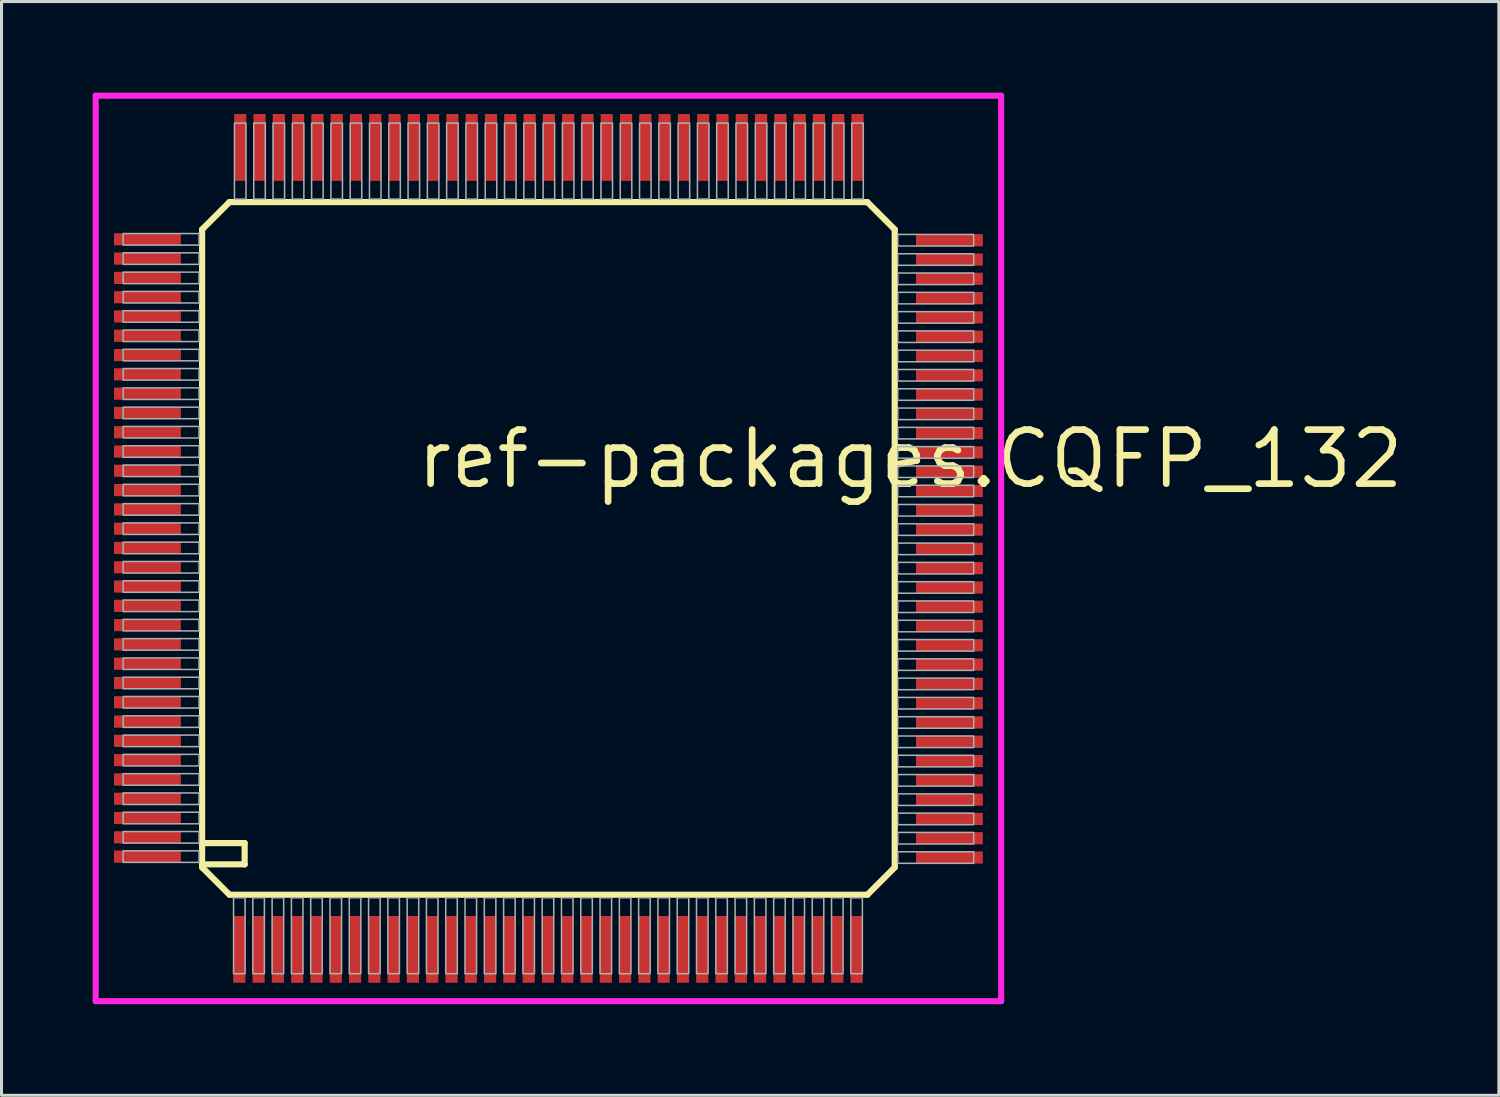
<source format=kicad_pcb>
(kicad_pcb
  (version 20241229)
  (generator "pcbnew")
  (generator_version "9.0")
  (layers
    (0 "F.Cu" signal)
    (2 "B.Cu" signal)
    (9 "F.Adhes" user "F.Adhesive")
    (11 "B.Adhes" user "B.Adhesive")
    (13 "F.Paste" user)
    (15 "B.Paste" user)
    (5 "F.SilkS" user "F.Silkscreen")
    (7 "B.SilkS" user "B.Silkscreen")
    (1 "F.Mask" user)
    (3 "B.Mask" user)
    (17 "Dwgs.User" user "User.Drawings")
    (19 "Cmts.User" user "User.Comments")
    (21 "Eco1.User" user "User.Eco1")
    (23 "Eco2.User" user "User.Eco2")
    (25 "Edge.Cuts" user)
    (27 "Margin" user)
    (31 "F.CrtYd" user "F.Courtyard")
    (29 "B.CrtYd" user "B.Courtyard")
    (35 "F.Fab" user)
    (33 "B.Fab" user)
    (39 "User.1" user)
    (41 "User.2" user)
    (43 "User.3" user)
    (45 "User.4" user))
  (footprint "ref-packages.CQFP_132"
    (layer "F.Cu")
    (at 15.003 15.003)
    (property "Reference" "ref-packages.CQFP_132" (at -4.445 -1.905 0) (layer "F.SilkS") (effects (font (size 1.778 1.778) (thickness 0.22)) (justify left bottom)))
    (attr smd)
    (fp_line (start -11.4 -10.5) (end -11.4 10.4) (stroke (width 0.203) (type default)) (layer "F.SilkS"))
    (fp_line (start -11.4 -10.5) (end -10.5 -11.4) (stroke (width 0.203) (type default)) (layer "F.SilkS"))
    (fp_line (start -11.4 10.4) (end -11.4 10.5) (stroke (width 0.203) (type default)) (layer "F.SilkS"))
    (fp_line (start -11.4 10.4) (end -10 10.4) (stroke (width 0.203) (type default)) (layer "F.SilkS"))
    (fp_line (start -11.4 10.5) (end -10.5 11.4) (stroke (width 0.203) (type default)) (layer "F.SilkS"))
    (fp_line (start -10.5 11.4) (end 10.5 11.4) (stroke (width 0.203) (type default)) (layer "F.SilkS"))
    (fp_line (start -10 9.7) (end -11.3 9.7) (stroke (width 0.203) (type default)) (layer "F.SilkS"))
    (fp_line (start -10 10.4) (end -10 9.7) (stroke (width 0.203) (type default)) (layer "F.SilkS"))
    (fp_line (start 10.5 -11.4) (end -10.5 -11.4) (stroke (width 0.203) (type default)) (layer "F.SilkS"))
    (fp_line (start 10.5 -11.4) (end 11.4 -10.5) (stroke (width 0.203) (type default)) (layer "F.SilkS"))
    (fp_line (start 10.5 11.4) (end 11.4 10.5) (stroke (width 0.203) (type default)) (layer "F.SilkS"))
    (fp_line (start 11.4 10.5) (end 11.4 -10.5) (stroke (width 0.203) (type default)) (layer "F.SilkS"))
    (fp_line (start -14.903 -14.903) (end 14.903 -14.903) (stroke (width 0.2) (type default)) (layer "F.CrtYd"))
    (fp_line (start -14.903 14.903) (end -14.903 -14.903) (stroke (width 0.2) (type default)) (layer "F.CrtYd"))
    (fp_line (start 14.903 -14.903) (end 14.903 14.903) (stroke (width 0.2) (type default)) (layer "F.CrtYd"))
    (fp_line (start 14.903 14.903) (end -14.903 14.903) (stroke (width 0.2) (type default)) (layer "F.CrtYd"))
    (fp_rect (start -14 -9.985) (end -11.5 -10.365) (stroke (width 0.05) (type default)) (fill no) (layer "F.Fab"))
    (fp_rect (start -14 -9.35) (end -11.5 -9.73) (stroke (width 0.05) (type default)) (fill no) (layer "F.Fab"))
    (fp_rect (start -14 -8.715) (end -11.5 -9.095) (stroke (width 0.05) (type default)) (fill no) (layer "F.Fab"))
    (fp_rect (start -14 -8.08) (end -11.5 -8.46) (stroke (width 0.05) (type default)) (fill no) (layer "F.Fab"))
    (fp_rect (start -14 -7.445) (end -11.5 -7.825) (stroke (width 0.05) (type default)) (fill no) (layer "F.Fab"))
    (fp_rect (start -14 -6.81) (end -11.5 -7.19) (stroke (width 0.05) (type default)) (fill no) (layer "F.Fab"))
    (fp_rect (start -14 -6.175) (end -11.5 -6.555) (stroke (width 0.05) (type default)) (fill no) (layer "F.Fab"))
    (fp_rect (start -14 -5.54) (end -11.5 -5.92) (stroke (width 0.05) (type default)) (fill no) (layer "F.Fab"))
    (fp_rect (start -14 -4.905) (end -11.5 -5.285) (stroke (width 0.05) (type default)) (fill no) (layer "F.Fab"))
    (fp_rect (start -14 -4.27) (end -11.5 -4.65) (stroke (width 0.05) (type default)) (fill no) (layer "F.Fab"))
    (fp_rect (start -14 -3.635) (end -11.5 -4.015) (stroke (width 0.05) (type default)) (fill no) (layer "F.Fab"))
    (fp_rect (start -14 -3) (end -11.5 -3.38) (stroke (width 0.05) (type default)) (fill no) (layer "F.Fab"))
    (fp_rect (start -14 -2.365) (end -11.5 -2.745) (stroke (width 0.05) (type default)) (fill no) (layer "F.Fab"))
    (fp_rect (start -14 -1.73) (end -11.5 -2.11) (stroke (width 0.05) (type default)) (fill no) (layer "F.Fab"))
    (fp_rect (start -14 -1.095) (end -11.5 -1.475) (stroke (width 0.05) (type default)) (fill no) (layer "F.Fab"))
    (fp_rect (start -14 -0.46) (end -11.5 -0.84) (stroke (width 0.05) (type default)) (fill no) (layer "F.Fab"))
    (fp_rect (start -14 0.175) (end -11.5 -0.205) (stroke (width 0.05) (type default)) (fill no) (layer "F.Fab"))
    (fp_rect (start -14 0.81) (end -11.5 0.43) (stroke (width 0.05) (type default)) (fill no) (layer "F.Fab"))
    (fp_rect (start -14 1.445) (end -11.5 1.065) (stroke (width 0.05) (type default)) (fill no) (layer "F.Fab"))
    (fp_rect (start -14 2.08) (end -11.5 1.7) (stroke (width 0.05) (type default)) (fill no) (layer "F.Fab"))
    (fp_rect (start -14 2.715) (end -11.5 2.335) (stroke (width 0.05) (type default)) (fill no) (layer "F.Fab"))
    (fp_rect (start -14 3.35) (end -11.5 2.97) (stroke (width 0.05) (type default)) (fill no) (layer "F.Fab"))
    (fp_rect (start -14 3.985) (end -11.5 3.605) (stroke (width 0.05) (type default)) (fill no) (layer "F.Fab"))
    (fp_rect (start -14 4.62) (end -11.5 4.24) (stroke (width 0.05) (type default)) (fill no) (layer "F.Fab"))
    (fp_rect (start -14 5.255) (end -11.5 4.875) (stroke (width 0.05) (type default)) (fill no) (layer "F.Fab"))
    (fp_rect (start -14 5.89) (end -11.5 5.51) (stroke (width 0.05) (type default)) (fill no) (layer "F.Fab"))
    (fp_rect (start -14 6.525) (end -11.5 6.145) (stroke (width 0.05) (type default)) (fill no) (layer "F.Fab"))
    (fp_rect (start -14 7.16) (end -11.5 6.78) (stroke (width 0.05) (type default)) (fill no) (layer "F.Fab"))
    (fp_rect (start -14 7.795) (end -11.5 7.415) (stroke (width 0.05) (type default)) (fill no) (layer "F.Fab"))
    (fp_rect (start -14 8.43) (end -11.5 8.05) (stroke (width 0.05) (type default)) (fill no) (layer "F.Fab"))
    (fp_rect (start -14 9.065) (end -11.5 8.685) (stroke (width 0.05) (type default)) (fill no) (layer "F.Fab"))
    (fp_rect (start -14 9.7) (end -11.5 9.32) (stroke (width 0.05) (type default)) (fill no) (layer "F.Fab"))
    (fp_rect (start -14 10.335) (end -11.5 9.955) (stroke (width 0.05) (type default)) (fill no) (layer "F.Fab"))
    (fp_rect (start -10.365 14) (end -9.985 11.5) (stroke (width 0.05) (type default)) (fill no) (layer "F.Fab"))
    (fp_rect (start -10.335 -11.5) (end -9.955 -14) (stroke (width 0.05) (type default)) (fill no) (layer "F.Fab"))
    (fp_rect (start -9.73 14) (end -9.35 11.5) (stroke (width 0.05) (type default)) (fill no) (layer "F.Fab"))
    (fp_rect (start -9.7 -11.5) (end -9.32 -14) (stroke (width 0.05) (type default)) (fill no) (layer "F.Fab"))
    (fp_rect (start -9.095 14) (end -8.715 11.5) (stroke (width 0.05) (type default)) (fill no) (layer "F.Fab"))
    (fp_rect (start -9.065 -11.5) (end -8.685 -14) (stroke (width 0.05) (type default)) (fill no) (layer "F.Fab"))
    (fp_rect (start -8.46 14) (end -8.08 11.5) (stroke (width 0.05) (type default)) (fill no) (layer "F.Fab"))
    (fp_rect (start -8.43 -11.5) (end -8.05 -14) (stroke (width 0.05) (type default)) (fill no) (layer "F.Fab"))
    (fp_rect (start -7.825 14) (end -7.445 11.5) (stroke (width 0.05) (type default)) (fill no) (layer "F.Fab"))
    (fp_rect (start -7.795 -11.5) (end -7.415 -14) (stroke (width 0.05) (type default)) (fill no) (layer "F.Fab"))
    (fp_rect (start -7.19 14) (end -6.81 11.5) (stroke (width 0.05) (type default)) (fill no) (layer "F.Fab"))
    (fp_rect (start -7.16 -11.5) (end -6.78 -14) (stroke (width 0.05) (type default)) (fill no) (layer "F.Fab"))
    (fp_rect (start -6.555 14) (end -6.175 11.5) (stroke (width 0.05) (type default)) (fill no) (layer "F.Fab"))
    (fp_rect (start -6.525 -11.5) (end -6.145 -14) (stroke (width 0.05) (type default)) (fill no) (layer "F.Fab"))
    (fp_rect (start -5.92 14) (end -5.54 11.5) (stroke (width 0.05) (type default)) (fill no) (layer "F.Fab"))
    (fp_rect (start -5.89 -11.5) (end -5.51 -14) (stroke (width 0.05) (type default)) (fill no) (layer "F.Fab"))
    (fp_rect (start -5.285 14) (end -4.905 11.5) (stroke (width 0.05) (type default)) (fill no) (layer "F.Fab"))
    (fp_rect (start -5.255 -11.5) (end -4.875 -14) (stroke (width 0.05) (type default)) (fill no) (layer "F.Fab"))
    (fp_rect (start -4.65 14) (end -4.27 11.5) (stroke (width 0.05) (type default)) (fill no) (layer "F.Fab"))
    (fp_rect (start -4.62 -11.5) (end -4.24 -14) (stroke (width 0.05) (type default)) (fill no) (layer "F.Fab"))
    (fp_rect (start -4.015 14) (end -3.635 11.5) (stroke (width 0.05) (type default)) (fill no) (layer "F.Fab"))
    (fp_rect (start -3.985 -11.5) (end -3.605 -14) (stroke (width 0.05) (type default)) (fill no) (layer "F.Fab"))
    (fp_rect (start -3.38 14) (end -3 11.5) (stroke (width 0.05) (type default)) (fill no) (layer "F.Fab"))
    (fp_rect (start -3.35 -11.5) (end -2.97 -14) (stroke (width 0.05) (type default)) (fill no) (layer "F.Fab"))
    (fp_rect (start -2.745 14) (end -2.365 11.5) (stroke (width 0.05) (type default)) (fill no) (layer "F.Fab"))
    (fp_rect (start -2.715 -11.5) (end -2.335 -14) (stroke (width 0.05) (type default)) (fill no) (layer "F.Fab"))
    (fp_rect (start -2.11 14) (end -1.73 11.5) (stroke (width 0.05) (type default)) (fill no) (layer "F.Fab"))
    (fp_rect (start -2.08 -11.5) (end -1.7 -14) (stroke (width 0.05) (type default)) (fill no) (layer "F.Fab"))
    (fp_rect (start -1.475 14) (end -1.095 11.5) (stroke (width 0.05) (type default)) (fill no) (layer "F.Fab"))
    (fp_rect (start -1.445 -11.5) (end -1.065 -14) (stroke (width 0.05) (type default)) (fill no) (layer "F.Fab"))
    (fp_rect (start -0.84 14) (end -0.46 11.5) (stroke (width 0.05) (type default)) (fill no) (layer "F.Fab"))
    (fp_rect (start -0.81 -11.5) (end -0.43 -14) (stroke (width 0.05) (type default)) (fill no) (layer "F.Fab"))
    (fp_rect (start -0.205 14) (end 0.175 11.5) (stroke (width 0.05) (type default)) (fill no) (layer "F.Fab"))
    (fp_rect (start -0.175 -11.5) (end 0.205 -14) (stroke (width 0.05) (type default)) (fill no) (layer "F.Fab"))
    (fp_rect (start 0.43 14) (end 0.81 11.5) (stroke (width 0.05) (type default)) (fill no) (layer "F.Fab"))
    (fp_rect (start 0.46 -11.5) (end 0.84 -14) (stroke (width 0.05) (type default)) (fill no) (layer "F.Fab"))
    (fp_rect (start 1.065 14) (end 1.445 11.5) (stroke (width 0.05) (type default)) (fill no) (layer "F.Fab"))
    (fp_rect (start 1.095 -11.5) (end 1.475 -14) (stroke (width 0.05) (type default)) (fill no) (layer "F.Fab"))
    (fp_rect (start 1.7 14) (end 2.08 11.5) (stroke (width 0.05) (type default)) (fill no) (layer "F.Fab"))
    (fp_rect (start 1.73 -11.5) (end 2.11 -14) (stroke (width 0.05) (type default)) (fill no) (layer "F.Fab"))
    (fp_rect (start 2.335 14) (end 2.715 11.5) (stroke (width 0.05) (type default)) (fill no) (layer "F.Fab"))
    (fp_rect (start 2.365 -11.5) (end 2.745 -14) (stroke (width 0.05) (type default)) (fill no) (layer "F.Fab"))
    (fp_rect (start 2.97 14) (end 3.35 11.5) (stroke (width 0.05) (type default)) (fill no) (layer "F.Fab"))
    (fp_rect (start 3 -11.5) (end 3.38 -14) (stroke (width 0.05) (type default)) (fill no) (layer "F.Fab"))
    (fp_rect (start 3.605 14) (end 3.985 11.5) (stroke (width 0.05) (type default)) (fill no) (layer "F.Fab"))
    (fp_rect (start 3.635 -11.5) (end 4.015 -14) (stroke (width 0.05) (type default)) (fill no) (layer "F.Fab"))
    (fp_rect (start 4.24 14) (end 4.62 11.5) (stroke (width 0.05) (type default)) (fill no) (layer "F.Fab"))
    (fp_rect (start 4.27 -11.5) (end 4.65 -14) (stroke (width 0.05) (type default)) (fill no) (layer "F.Fab"))
    (fp_rect (start 4.875 14) (end 5.255 11.5) (stroke (width 0.05) (type default)) (fill no) (layer "F.Fab"))
    (fp_rect (start 4.905 -11.5) (end 5.285 -14) (stroke (width 0.05) (type default)) (fill no) (layer "F.Fab"))
    (fp_rect (start 5.51 14) (end 5.89 11.5) (stroke (width 0.05) (type default)) (fill no) (layer "F.Fab"))
    (fp_rect (start 5.54 -11.5) (end 5.92 -14) (stroke (width 0.05) (type default)) (fill no) (layer "F.Fab"))
    (fp_rect (start 6.145 14) (end 6.525 11.5) (stroke (width 0.05) (type default)) (fill no) (layer "F.Fab"))
    (fp_rect (start 6.175 -11.5) (end 6.555 -14) (stroke (width 0.05) (type default)) (fill no) (layer "F.Fab"))
    (fp_rect (start 6.78 14) (end 7.16 11.5) (stroke (width 0.05) (type default)) (fill no) (layer "F.Fab"))
    (fp_rect (start 6.81 -11.5) (end 7.19 -14) (stroke (width 0.05) (type default)) (fill no) (layer "F.Fab"))
    (fp_rect (start 7.415 14) (end 7.795 11.5) (stroke (width 0.05) (type default)) (fill no) (layer "F.Fab"))
    (fp_rect (start 7.445 -11.5) (end 7.825 -14) (stroke (width 0.05) (type default)) (fill no) (layer "F.Fab"))
    (fp_rect (start 8.05 14) (end 8.43 11.5) (stroke (width 0.05) (type default)) (fill no) (layer "F.Fab"))
    (fp_rect (start 8.08 -11.5) (end 8.46 -14) (stroke (width 0.05) (type default)) (fill no) (layer "F.Fab"))
    (fp_rect (start 8.685 14) (end 9.065 11.5) (stroke (width 0.05) (type default)) (fill no) (layer "F.Fab"))
    (fp_rect (start 8.715 -11.5) (end 9.095 -14) (stroke (width 0.05) (type default)) (fill no) (layer "F.Fab"))
    (fp_rect (start 9.32 14) (end 9.7 11.5) (stroke (width 0.05) (type default)) (fill no) (layer "F.Fab"))
    (fp_rect (start 9.35 -11.5) (end 9.73 -14) (stroke (width 0.05) (type default)) (fill no) (layer "F.Fab"))
    (fp_rect (start 9.955 14) (end 10.335 11.5) (stroke (width 0.05) (type default)) (fill no) (layer "F.Fab"))
    (fp_rect (start 9.985 -11.5) (end 10.365 -14) (stroke (width 0.05) (type default)) (fill no) (layer "F.Fab"))
    (fp_rect (start 11.5 -9.955) (end 14 -10.335) (stroke (width 0.05) (type default)) (fill no) (layer "F.Fab"))
    (fp_rect (start 11.5 -9.32) (end 14 -9.7) (stroke (width 0.05) (type default)) (fill no) (layer "F.Fab"))
    (fp_rect (start 11.5 -8.685) (end 14 -9.065) (stroke (width 0.05) (type default)) (fill no) (layer "F.Fab"))
    (fp_rect (start 11.5 -8.05) (end 14 -8.43) (stroke (width 0.05) (type default)) (fill no) (layer "F.Fab"))
    (fp_rect (start 11.5 -7.415) (end 14 -7.795) (stroke (width 0.05) (type default)) (fill no) (layer "F.Fab"))
    (fp_rect (start 11.5 -6.78) (end 14 -7.16) (stroke (width 0.05) (type default)) (fill no) (layer "F.Fab"))
    (fp_rect (start 11.5 -6.145) (end 14 -6.525) (stroke (width 0.05) (type default)) (fill no) (layer "F.Fab"))
    (fp_rect (start 11.5 -5.51) (end 14 -5.89) (stroke (width 0.05) (type default)) (fill no) (layer "F.Fab"))
    (fp_rect (start 11.5 -4.875) (end 14 -5.255) (stroke (width 0.05) (type default)) (fill no) (layer "F.Fab"))
    (fp_rect (start 11.5 -4.24) (end 14 -4.62) (stroke (width 0.05) (type default)) (fill no) (layer "F.Fab"))
    (fp_rect (start 11.5 -3.605) (end 14 -3.985) (stroke (width 0.05) (type default)) (fill no) (layer "F.Fab"))
    (fp_rect (start 11.5 -2.97) (end 14 -3.35) (stroke (width 0.05) (type default)) (fill no) (layer "F.Fab"))
    (fp_rect (start 11.5 -2.335) (end 14 -2.715) (stroke (width 0.05) (type default)) (fill no) (layer "F.Fab"))
    (fp_rect (start 11.5 -1.7) (end 14 -2.08) (stroke (width 0.05) (type default)) (fill no) (layer "F.Fab"))
    (fp_rect (start 11.5 -1.065) (end 14 -1.445) (stroke (width 0.05) (type default)) (fill no) (layer "F.Fab"))
    (fp_rect (start 11.5 -0.43) (end 14 -0.81) (stroke (width 0.05) (type default)) (fill no) (layer "F.Fab"))
    (fp_rect (start 11.5 0.205) (end 14 -0.175) (stroke (width 0.05) (type default)) (fill no) (layer "F.Fab"))
    (fp_rect (start 11.5 0.84) (end 14 0.46) (stroke (width 0.05) (type default)) (fill no) (layer "F.Fab"))
    (fp_rect (start 11.5 1.475) (end 14 1.095) (stroke (width 0.05) (type default)) (fill no) (layer "F.Fab"))
    (fp_rect (start 11.5 2.11) (end 14 1.73) (stroke (width 0.05) (type default)) (fill no) (layer "F.Fab"))
    (fp_rect (start 11.5 2.745) (end 14 2.365) (stroke (width 0.05) (type default)) (fill no) (layer "F.Fab"))
    (fp_rect (start 11.5 3.38) (end 14 3) (stroke (width 0.05) (type default)) (fill no) (layer "F.Fab"))
    (fp_rect (start 11.5 4.015) (end 14 3.635) (stroke (width 0.05) (type default)) (fill no) (layer "F.Fab"))
    (fp_rect (start 11.5 4.65) (end 14 4.27) (stroke (width 0.05) (type default)) (fill no) (layer "F.Fab"))
    (fp_rect (start 11.5 5.285) (end 14 4.905) (stroke (width 0.05) (type default)) (fill no) (layer "F.Fab"))
    (fp_rect (start 11.5 5.92) (end 14 5.54) (stroke (width 0.05) (type default)) (fill no) (layer "F.Fab"))
    (fp_rect (start 11.5 6.555) (end 14 6.175) (stroke (width 0.05) (type default)) (fill no) (layer "F.Fab"))
    (fp_rect (start 11.5 7.19) (end 14 6.81) (stroke (width 0.05) (type default)) (fill no) (layer "F.Fab"))
    (fp_rect (start 11.5 7.825) (end 14 7.445) (stroke (width 0.05) (type default)) (fill no) (layer "F.Fab"))
    (fp_rect (start 11.5 8.46) (end 14 8.08) (stroke (width 0.05) (type default)) (fill no) (layer "F.Fab"))
    (fp_rect (start 11.5 9.095) (end 14 8.715) (stroke (width 0.05) (type default)) (fill no) (layer "F.Fab"))
    (fp_rect (start 11.5 9.73) (end 14 9.35) (stroke (width 0.05) (type default)) (fill no) (layer "F.Fab"))
    (fp_rect (start 11.5 10.365) (end 14 9.985) (stroke (width 0.05) (type default)) (fill no) (layer "F.Fab"))
    (pad "1" smd roundrect (at -10.175 13.2) (size 0.4 2.2) (layers "F.Cu" "F.Mask" "F.Paste") (roundrect_rratio 0.01))
    (pad "2" smd roundrect (at -9.54 13.2) (size 0.4 2.2) (layers "F.Cu" "F.Mask" "F.Paste") (roundrect_rratio 0.01))
    (pad "3" smd roundrect (at -8.905 13.2) (size 0.4 2.2) (layers "F.Cu" "F.Mask" "F.Paste") (roundrect_rratio 0.01))
    (pad "4" smd roundrect (at -8.27 13.2) (size 0.4 2.2) (layers "F.Cu" "F.Mask" "F.Paste") (roundrect_rratio 0.01))
    (pad "5" smd roundrect (at -7.635 13.2) (size 0.4 2.2) (layers "F.Cu" "F.Mask" "F.Paste") (roundrect_rratio 0.01))
    (pad "6" smd roundrect (at -7 13.2) (size 0.4 2.2) (layers "F.Cu" "F.Mask" "F.Paste") (roundrect_rratio 0.01))
    (pad "7" smd roundrect (at -6.365 13.2) (size 0.4 2.2) (layers "F.Cu" "F.Mask" "F.Paste") (roundrect_rratio 0.01))
    (pad "8" smd roundrect (at -5.73 13.2) (size 0.4 2.2) (layers "F.Cu" "F.Mask" "F.Paste") (roundrect_rratio 0.01))
    (pad "9" smd roundrect (at -5.095 13.2) (size 0.4 2.2) (layers "F.Cu" "F.Mask" "F.Paste") (roundrect_rratio 0.01))
    (pad "10" smd roundrect (at -4.46 13.2) (size 0.4 2.2) (layers "F.Cu" "F.Mask" "F.Paste") (roundrect_rratio 0.01))
    (pad "11" smd roundrect (at -3.825 13.2) (size 0.4 2.2) (layers "F.Cu" "F.Mask" "F.Paste") (roundrect_rratio 0.01))
    (pad "12" smd roundrect (at -3.19 13.2) (size 0.4 2.2) (layers "F.Cu" "F.Mask" "F.Paste") (roundrect_rratio 0.01))
    (pad "13" smd roundrect (at -2.555 13.2) (size 0.4 2.2) (layers "F.Cu" "F.Mask" "F.Paste") (roundrect_rratio 0.01))
    (pad "14" smd roundrect (at -1.92 13.2) (size 0.4 2.2) (layers "F.Cu" "F.Mask" "F.Paste") (roundrect_rratio 0.01))
    (pad "15" smd roundrect (at -1.285 13.2) (size 0.4 2.2) (layers "F.Cu" "F.Mask" "F.Paste") (roundrect_rratio 0.01))
    (pad "16" smd roundrect (at -0.65 13.2) (size 0.4 2.2) (layers "F.Cu" "F.Mask" "F.Paste") (roundrect_rratio 0.01))
    (pad "17" smd roundrect (at -0.015 13.2) (size 0.4 2.2) (layers "F.Cu" "F.Mask" "F.Paste") (roundrect_rratio 0.01))
    (pad "18" smd roundrect (at 0.62 13.2) (size 0.4 2.2) (layers "F.Cu" "F.Mask" "F.Paste") (roundrect_rratio 0.01))
    (pad "19" smd roundrect (at 1.255 13.2) (size 0.4 2.2) (layers "F.Cu" "F.Mask" "F.Paste") (roundrect_rratio 0.01))
    (pad "20" smd roundrect (at 1.89 13.2) (size 0.4 2.2) (layers "F.Cu" "F.Mask" "F.Paste") (roundrect_rratio 0.01))
    (pad "21" smd roundrect (at 2.525 13.2) (size 0.4 2.2) (layers "F.Cu" "F.Mask" "F.Paste") (roundrect_rratio 0.01))
    (pad "22" smd roundrect (at 3.16 13.2) (size 0.4 2.2) (layers "F.Cu" "F.Mask" "F.Paste") (roundrect_rratio 0.01))
    (pad "23" smd roundrect (at 3.795 13.2) (size 0.4 2.2) (layers "F.Cu" "F.Mask" "F.Paste") (roundrect_rratio 0.01))
    (pad "24" smd roundrect (at 4.43 13.2) (size 0.4 2.2) (layers "F.Cu" "F.Mask" "F.Paste") (roundrect_rratio 0.01))
    (pad "25" smd roundrect (at 5.065 13.2) (size 0.4 2.2) (layers "F.Cu" "F.Mask" "F.Paste") (roundrect_rratio 0.01))
    (pad "26" smd roundrect (at 5.7 13.2) (size 0.4 2.2) (layers "F.Cu" "F.Mask" "F.Paste") (roundrect_rratio 0.01))
    (pad "27" smd roundrect (at 6.335 13.2) (size 0.4 2.2) (layers "F.Cu" "F.Mask" "F.Paste") (roundrect_rratio 0.01))
    (pad "28" smd roundrect (at 6.97 13.2) (size 0.4 2.2) (layers "F.Cu" "F.Mask" "F.Paste") (roundrect_rratio 0.01))
    (pad "29" smd roundrect (at 7.605 13.2) (size 0.4 2.2) (layers "F.Cu" "F.Mask" "F.Paste") (roundrect_rratio 0.01))
    (pad "30" smd roundrect (at 8.24 13.2) (size 0.4 2.2) (layers "F.Cu" "F.Mask" "F.Paste") (roundrect_rratio 0.01))
    (pad "31" smd roundrect (at 8.875 13.2) (size 0.4 2.2) (layers "F.Cu" "F.Mask" "F.Paste") (roundrect_rratio 0.01))
    (pad "32" smd roundrect (at 9.51 13.2) (size 0.4 2.2) (layers "F.Cu" "F.Mask" "F.Paste") (roundrect_rratio 0.01))
    (pad "33" smd roundrect (at 10.145 13.2) (size 0.4 2.2) (layers "F.Cu" "F.Mask" "F.Paste") (roundrect_rratio 0.01))
    (pad "34" smd roundrect (at 13.2 10.175) (size 2.2 0.4) (layers "F.Cu" "F.Mask" "F.Paste") (roundrect_rratio 0.01))
    (pad "35" smd roundrect (at 13.2 9.54) (size 2.2 0.4) (layers "F.Cu" "F.Mask" "F.Paste") (roundrect_rratio 0.01))
    (pad "36" smd roundrect (at 13.2 8.905) (size 2.2 0.4) (layers "F.Cu" "F.Mask" "F.Paste") (roundrect_rratio 0.01))
    (pad "37" smd roundrect (at 13.2 8.27) (size 2.2 0.4) (layers "F.Cu" "F.Mask" "F.Paste") (roundrect_rratio 0.01))
    (pad "38" smd roundrect (at 13.2 7.635) (size 2.2 0.4) (layers "F.Cu" "F.Mask" "F.Paste") (roundrect_rratio 0.01))
    (pad "39" smd roundrect (at 13.2 7) (size 2.2 0.4) (layers "F.Cu" "F.Mask" "F.Paste") (roundrect_rratio 0.01))
    (pad "40" smd roundrect (at 13.2 6.365) (size 2.2 0.4) (layers "F.Cu" "F.Mask" "F.Paste") (roundrect_rratio 0.01))
    (pad "41" smd roundrect (at 13.2 5.73) (size 2.2 0.4) (layers "F.Cu" "F.Mask" "F.Paste") (roundrect_rratio 0.01))
    (pad "42" smd roundrect (at 13.2 5.095) (size 2.2 0.4) (layers "F.Cu" "F.Mask" "F.Paste") (roundrect_rratio 0.01))
    (pad "43" smd roundrect (at 13.2 4.46) (size 2.2 0.4) (layers "F.Cu" "F.Mask" "F.Paste") (roundrect_rratio 0.01))
    (pad "44" smd roundrect (at 13.2 3.825) (size 2.2 0.4) (layers "F.Cu" "F.Mask" "F.Paste") (roundrect_rratio 0.01))
    (pad "45" smd roundrect (at 13.2 3.19) (size 2.2 0.4) (layers "F.Cu" "F.Mask" "F.Paste") (roundrect_rratio 0.01))
    (pad "46" smd roundrect (at 13.2 2.555) (size 2.2 0.4) (layers "F.Cu" "F.Mask" "F.Paste") (roundrect_rratio 0.01))
    (pad "47" smd roundrect (at 13.2 1.92) (size 2.2 0.4) (layers "F.Cu" "F.Mask" "F.Paste") (roundrect_rratio 0.01))
    (pad "48" smd roundrect (at 13.2 1.285) (size 2.2 0.4) (layers "F.Cu" "F.Mask" "F.Paste") (roundrect_rratio 0.01))
    (pad "49" smd roundrect (at 13.2 0.65) (size 2.2 0.4) (layers "F.Cu" "F.Mask" "F.Paste") (roundrect_rratio 0.01))
    (pad "50" smd roundrect (at 13.2 0.015) (size 2.2 0.4) (layers "F.Cu" "F.Mask" "F.Paste") (roundrect_rratio 0.01))
    (pad "51" smd roundrect (at 13.2 -0.62) (size 2.2 0.4) (layers "F.Cu" "F.Mask" "F.Paste") (roundrect_rratio 0.01))
    (pad "52" smd roundrect (at 13.2 -1.255) (size 2.2 0.4) (layers "F.Cu" "F.Mask" "F.Paste") (roundrect_rratio 0.01))
    (pad "53" smd roundrect (at 13.2 -1.89) (size 2.2 0.4) (layers "F.Cu" "F.Mask" "F.Paste") (roundrect_rratio 0.01))
    (pad "54" smd roundrect (at 13.2 -2.525) (size 2.2 0.4) (layers "F.Cu" "F.Mask" "F.Paste") (roundrect_rratio 0.01))
    (pad "55" smd roundrect (at 13.2 -3.16) (size 2.2 0.4) (layers "F.Cu" "F.Mask" "F.Paste") (roundrect_rratio 0.01))
    (pad "56" smd roundrect (at 13.2 -3.795) (size 2.2 0.4) (layers "F.Cu" "F.Mask" "F.Paste") (roundrect_rratio 0.01))
    (pad "57" smd roundrect (at 13.2 -4.43) (size 2.2 0.4) (layers "F.Cu" "F.Mask" "F.Paste") (roundrect_rratio 0.01))
    (pad "58" smd roundrect (at 13.2 -5.065) (size 2.2 0.4) (layers "F.Cu" "F.Mask" "F.Paste") (roundrect_rratio 0.01))
    (pad "59" smd roundrect (at 13.2 -5.7) (size 2.2 0.4) (layers "F.Cu" "F.Mask" "F.Paste") (roundrect_rratio 0.01))
    (pad "60" smd roundrect (at 13.2 -6.335) (size 2.2 0.4) (layers "F.Cu" "F.Mask" "F.Paste") (roundrect_rratio 0.01))
    (pad "61" smd roundrect (at 13.2 -6.97) (size 2.2 0.4) (layers "F.Cu" "F.Mask" "F.Paste") (roundrect_rratio 0.01))
    (pad "62" smd roundrect (at 13.2 -7.605) (size 2.2 0.4) (layers "F.Cu" "F.Mask" "F.Paste") (roundrect_rratio 0.01))
    (pad "63" smd roundrect (at 13.2 -8.24) (size 2.2 0.4) (layers "F.Cu" "F.Mask" "F.Paste") (roundrect_rratio 0.01))
    (pad "64" smd roundrect (at 13.2 -8.875) (size 2.2 0.4) (layers "F.Cu" "F.Mask" "F.Paste") (roundrect_rratio 0.01))
    (pad "65" smd roundrect (at 13.2 -9.51) (size 2.2 0.4) (layers "F.Cu" "F.Mask" "F.Paste") (roundrect_rratio 0.01))
    (pad "66" smd roundrect (at 13.2 -10.145) (size 2.2 0.4) (layers "F.Cu" "F.Mask" "F.Paste") (roundrect_rratio 0.01))
    (pad "67" smd roundrect (at 10.175 -13.2) (size 0.4 2.2) (layers "F.Cu" "F.Mask" "F.Paste") (roundrect_rratio 0.01))
    (pad "68" smd roundrect (at 9.54 -13.2) (size 0.4 2.2) (layers "F.Cu" "F.Mask" "F.Paste") (roundrect_rratio 0.01))
    (pad "69" smd roundrect (at 8.905 -13.2) (size 0.4 2.2) (layers "F.Cu" "F.Mask" "F.Paste") (roundrect_rratio 0.01))
    (pad "70" smd roundrect (at 8.27 -13.2) (size 0.4 2.2) (layers "F.Cu" "F.Mask" "F.Paste") (roundrect_rratio 0.01))
    (pad "71" smd roundrect (at 7.635 -13.2) (size 0.4 2.2) (layers "F.Cu" "F.Mask" "F.Paste") (roundrect_rratio 0.01))
    (pad "72" smd roundrect (at 7 -13.2) (size 0.4 2.2) (layers "F.Cu" "F.Mask" "F.Paste") (roundrect_rratio 0.01))
    (pad "73" smd roundrect (at 6.365 -13.2) (size 0.4 2.2) (layers "F.Cu" "F.Mask" "F.Paste") (roundrect_rratio 0.01))
    (pad "74" smd roundrect (at 5.73 -13.2) (size 0.4 2.2) (layers "F.Cu" "F.Mask" "F.Paste") (roundrect_rratio 0.01))
    (pad "75" smd roundrect (at 5.095 -13.2) (size 0.4 2.2) (layers "F.Cu" "F.Mask" "F.Paste") (roundrect_rratio 0.01))
    (pad "76" smd roundrect (at 4.46 -13.2) (size 0.4 2.2) (layers "F.Cu" "F.Mask" "F.Paste") (roundrect_rratio 0.01))
    (pad "77" smd roundrect (at 3.825 -13.2) (size 0.4 2.2) (layers "F.Cu" "F.Mask" "F.Paste") (roundrect_rratio 0.01))
    (pad "78" smd roundrect (at 3.19 -13.2) (size 0.4 2.2) (layers "F.Cu" "F.Mask" "F.Paste") (roundrect_rratio 0.01))
    (pad "79" smd roundrect (at 2.555 -13.2) (size 0.4 2.2) (layers "F.Cu" "F.Mask" "F.Paste") (roundrect_rratio 0.01))
    (pad "80" smd roundrect (at 1.92 -13.2) (size 0.4 2.2) (layers "F.Cu" "F.Mask" "F.Paste") (roundrect_rratio 0.01))
    (pad "81" smd roundrect (at 1.285 -13.2) (size 0.4 2.2) (layers "F.Cu" "F.Mask" "F.Paste") (roundrect_rratio 0.01))
    (pad "82" smd roundrect (at 0.65 -13.2) (size 0.4 2.2) (layers "F.Cu" "F.Mask" "F.Paste") (roundrect_rratio 0.01))
    (pad "83" smd roundrect (at 0.015 -13.2) (size 0.4 2.2) (layers "F.Cu" "F.Mask" "F.Paste") (roundrect_rratio 0.01))
    (pad "84" smd roundrect (at -0.62 -13.2) (size 0.4 2.2) (layers "F.Cu" "F.Mask" "F.Paste") (roundrect_rratio 0.01))
    (pad "85" smd roundrect (at -1.255 -13.2) (size 0.4 2.2) (layers "F.Cu" "F.Mask" "F.Paste") (roundrect_rratio 0.01))
    (pad "86" smd roundrect (at -1.89 -13.2) (size 0.4 2.2) (layers "F.Cu" "F.Mask" "F.Paste") (roundrect_rratio 0.01))
    (pad "87" smd roundrect (at -2.525 -13.2) (size 0.4 2.2) (layers "F.Cu" "F.Mask" "F.Paste") (roundrect_rratio 0.01))
    (pad "88" smd roundrect (at -3.16 -13.2) (size 0.4 2.2) (layers "F.Cu" "F.Mask" "F.Paste") (roundrect_rratio 0.01))
    (pad "89" smd roundrect (at -3.795 -13.2) (size 0.4 2.2) (layers "F.Cu" "F.Mask" "F.Paste") (roundrect_rratio 0.01))
    (pad "90" smd roundrect (at -4.43 -13.2) (size 0.4 2.2) (layers "F.Cu" "F.Mask" "F.Paste") (roundrect_rratio 0.01))
    (pad "91" smd roundrect (at -5.065 -13.2) (size 0.4 2.2) (layers "F.Cu" "F.Mask" "F.Paste") (roundrect_rratio 0.01))
    (pad "92" smd roundrect (at -5.7 -13.2) (size 0.4 2.2) (layers "F.Cu" "F.Mask" "F.Paste") (roundrect_rratio 0.01))
    (pad "93" smd roundrect (at -6.335 -13.2) (size 0.4 2.2) (layers "F.Cu" "F.Mask" "F.Paste") (roundrect_rratio 0.01))
    (pad "94" smd roundrect (at -6.97 -13.2) (size 0.4 2.2) (layers "F.Cu" "F.Mask" "F.Paste") (roundrect_rratio 0.01))
    (pad "95" smd roundrect (at -7.605 -13.2) (size 0.4 2.2) (layers "F.Cu" "F.Mask" "F.Paste") (roundrect_rratio 0.01))
    (pad "96" smd roundrect (at -8.24 -13.2) (size 0.4 2.2) (layers "F.Cu" "F.Mask" "F.Paste") (roundrect_rratio 0.01))
    (pad "97" smd roundrect (at -8.875 -13.2) (size 0.4 2.2) (layers "F.Cu" "F.Mask" "F.Paste") (roundrect_rratio 0.01))
    (pad "98" smd roundrect (at -9.51 -13.2) (size 0.4 2.2) (layers "F.Cu" "F.Mask" "F.Paste") (roundrect_rratio 0.01))
    (pad "99" smd roundrect (at -10.145 -13.2) (size 0.4 2.2) (layers "F.Cu" "F.Mask" "F.Paste") (roundrect_rratio 0.01))
    (pad "100" smd roundrect (at -13.2 -10.175) (size 2.2 0.4) (layers "F.Cu" "F.Mask" "F.Paste") (roundrect_rratio 0.01))
    (pad "101" smd roundrect (at -13.2 -9.54) (size 2.2 0.4) (layers "F.Cu" "F.Mask" "F.Paste") (roundrect_rratio 0.01))
    (pad "102" smd roundrect (at -13.2 -8.905) (size 2.2 0.4) (layers "F.Cu" "F.Mask" "F.Paste") (roundrect_rratio 0.01))
    (pad "103" smd roundrect (at -13.2 -8.27) (size 2.2 0.4) (layers "F.Cu" "F.Mask" "F.Paste") (roundrect_rratio 0.01))
    (pad "104" smd roundrect (at -13.2 -7.635) (size 2.2 0.4) (layers "F.Cu" "F.Mask" "F.Paste") (roundrect_rratio 0.01))
    (pad "105" smd roundrect (at -13.2 -7) (size 2.2 0.4) (layers "F.Cu" "F.Mask" "F.Paste") (roundrect_rratio 0.01))
    (pad "106" smd roundrect (at -13.2 -6.365) (size 2.2 0.4) (layers "F.Cu" "F.Mask" "F.Paste") (roundrect_rratio 0.01))
    (pad "107" smd roundrect (at -13.2 -5.73) (size 2.2 0.4) (layers "F.Cu" "F.Mask" "F.Paste") (roundrect_rratio 0.01))
    (pad "108" smd roundrect (at -13.2 -5.095) (size 2.2 0.4) (layers "F.Cu" "F.Mask" "F.Paste") (roundrect_rratio 0.01))
    (pad "109" smd roundrect (at -13.2 -4.46) (size 2.2 0.4) (layers "F.Cu" "F.Mask" "F.Paste") (roundrect_rratio 0.01))
    (pad "110" smd roundrect (at -13.2 -3.825) (size 2.2 0.4) (layers "F.Cu" "F.Mask" "F.Paste") (roundrect_rratio 0.01))
    (pad "111" smd roundrect (at -13.2 -3.19) (size 2.2 0.4) (layers "F.Cu" "F.Mask" "F.Paste") (roundrect_rratio 0.01))
    (pad "112" smd roundrect (at -13.2 -2.555) (size 2.2 0.4) (layers "F.Cu" "F.Mask" "F.Paste") (roundrect_rratio 0.01))
    (pad "113" smd roundrect (at -13.2 -1.92) (size 2.2 0.4) (layers "F.Cu" "F.Mask" "F.Paste") (roundrect_rratio 0.01))
    (pad "114" smd roundrect (at -13.2 -1.285) (size 2.2 0.4) (layers "F.Cu" "F.Mask" "F.Paste") (roundrect_rratio 0.01))
    (pad "115" smd roundrect (at -13.2 -0.65) (size 2.2 0.4) (layers "F.Cu" "F.Mask" "F.Paste") (roundrect_rratio 0.01))
    (pad "116" smd roundrect (at -13.2 -0.015) (size 2.2 0.4) (layers "F.Cu" "F.Mask" "F.Paste") (roundrect_rratio 0.01))
    (pad "117" smd roundrect (at -13.2 0.62) (size 2.2 0.4) (layers "F.Cu" "F.Mask" "F.Paste") (roundrect_rratio 0.01))
    (pad "118" smd roundrect (at -13.2 1.255) (size 2.2 0.4) (layers "F.Cu" "F.Mask" "F.Paste") (roundrect_rratio 0.01))
    (pad "119" smd roundrect (at -13.2 1.89) (size 2.2 0.4) (layers "F.Cu" "F.Mask" "F.Paste") (roundrect_rratio 0.01))
    (pad "120" smd roundrect (at -13.2 2.525) (size 2.2 0.4) (layers "F.Cu" "F.Mask" "F.Paste") (roundrect_rratio 0.01))
    (pad "121" smd roundrect (at -13.2 3.16) (size 2.2 0.4) (layers "F.Cu" "F.Mask" "F.Paste") (roundrect_rratio 0.01))
    (pad "122" smd roundrect (at -13.2 3.795) (size 2.2 0.4) (layers "F.Cu" "F.Mask" "F.Paste") (roundrect_rratio 0.01))
    (pad "123" smd roundrect (at -13.2 4.43) (size 2.2 0.4) (layers "F.Cu" "F.Mask" "F.Paste") (roundrect_rratio 0.01))
    (pad "124" smd roundrect (at -13.2 5.065) (size 2.2 0.4) (layers "F.Cu" "F.Mask" "F.Paste") (roundrect_rratio 0.01))
    (pad "125" smd roundrect (at -13.2 5.7) (size 2.2 0.4) (layers "F.Cu" "F.Mask" "F.Paste") (roundrect_rratio 0.01))
    (pad "126" smd roundrect (at -13.2 6.335) (size 2.2 0.4) (layers "F.Cu" "F.Mask" "F.Paste") (roundrect_rratio 0.01))
    (pad "127" smd roundrect (at -13.2 6.97) (size 2.2 0.4) (layers "F.Cu" "F.Mask" "F.Paste") (roundrect_rratio 0.01))
    (pad "128" smd roundrect (at -13.2 7.605) (size 2.2 0.4) (layers "F.Cu" "F.Mask" "F.Paste") (roundrect_rratio 0.01))
    (pad "129" smd roundrect (at -13.2 8.24) (size 2.2 0.4) (layers "F.Cu" "F.Mask" "F.Paste") (roundrect_rratio 0.01))
    (pad "130" smd roundrect (at -13.2 8.875) (size 2.2 0.4) (layers "F.Cu" "F.Mask" "F.Paste") (roundrect_rratio 0.01))
    (pad "131" smd roundrect (at -13.2 9.51) (size 2.2 0.4) (layers "F.Cu" "F.Mask" "F.Paste") (roundrect_rratio 0.01))
    (pad "132" smd roundrect (at -13.2 10.145) (size 2.2 0.4) (layers "F.Cu" "F.Mask" "F.Paste") (roundrect_rratio 0.01)))
  (gr_rect
    (start -3 -3)
    (end 46.29 33.006)
    (stroke (width 0.1) (type default))
    (fill no)
    (layer "Edge.Cuts")))
</source>
